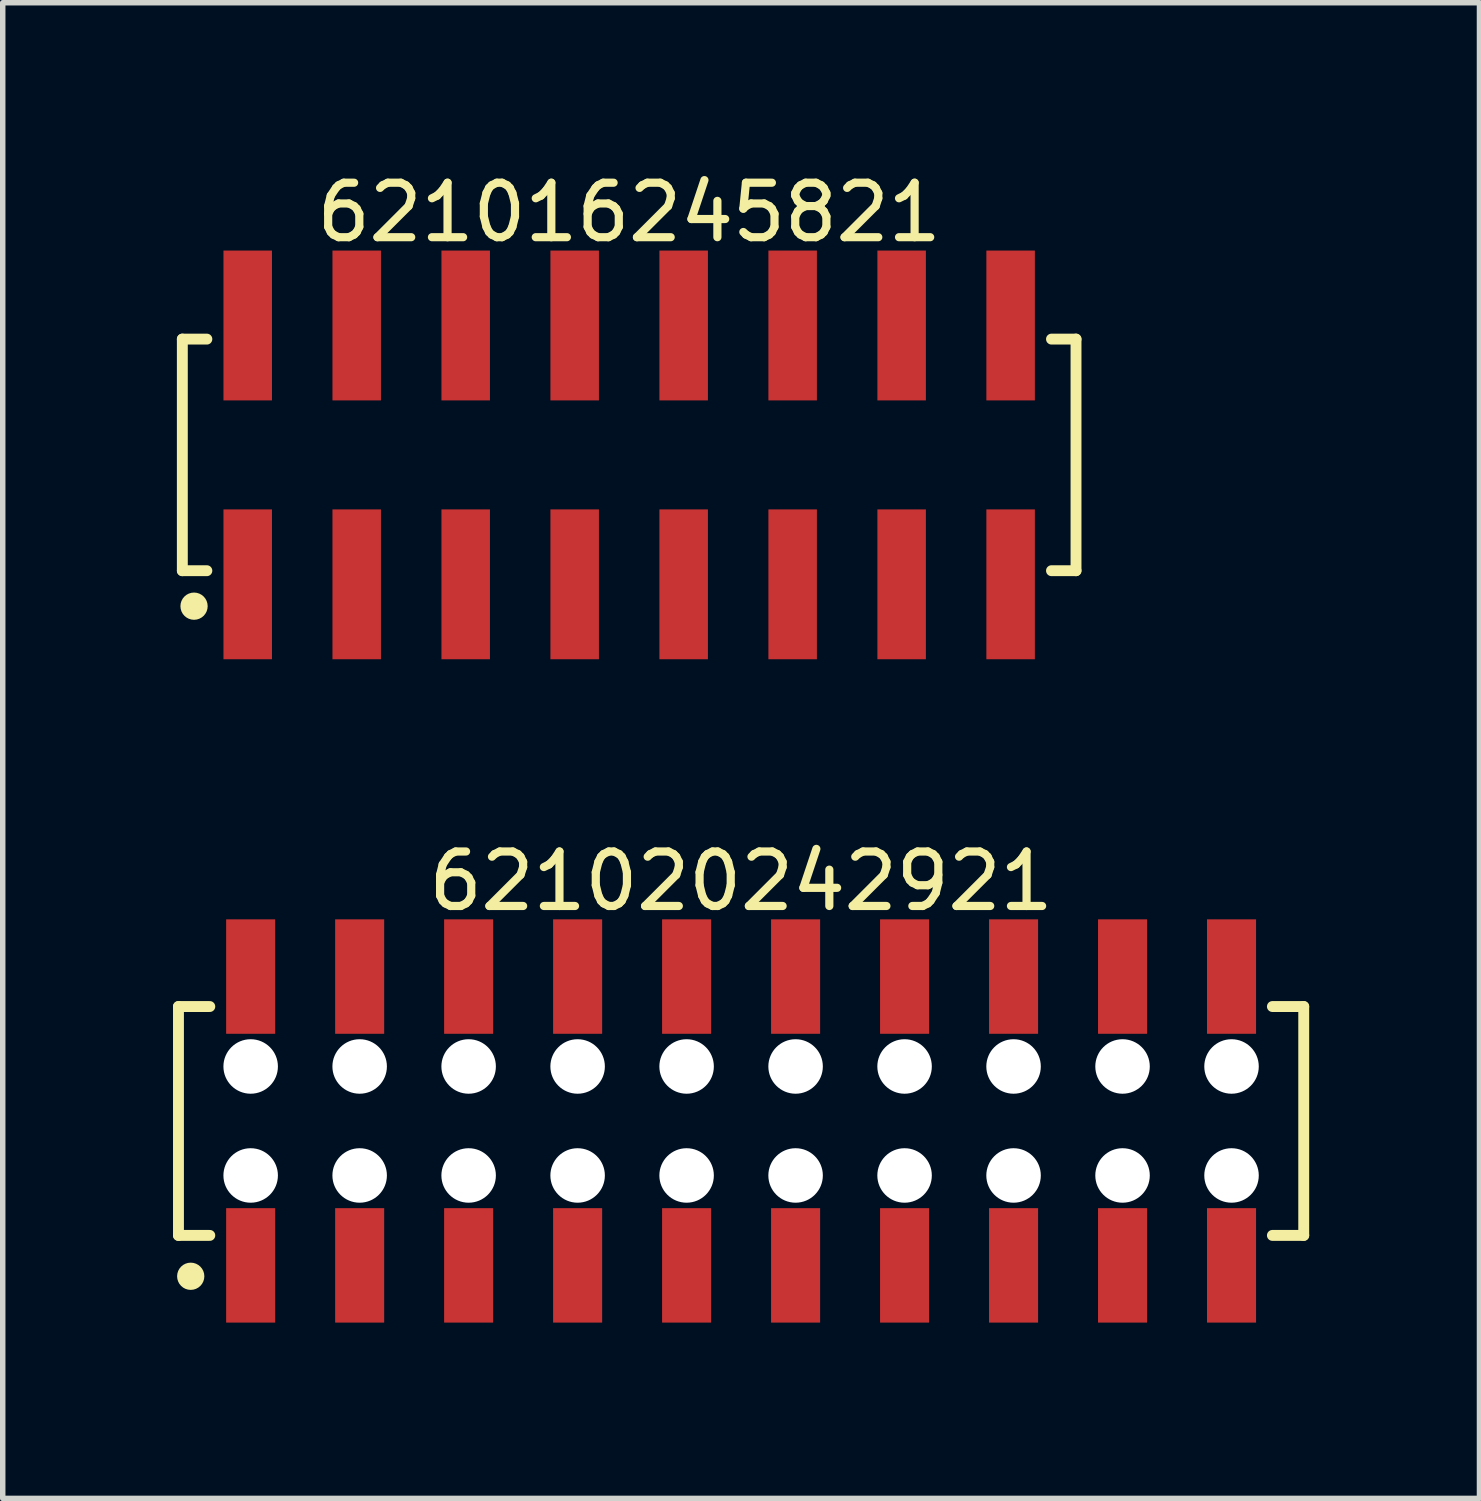
<source format=kicad_pcb>
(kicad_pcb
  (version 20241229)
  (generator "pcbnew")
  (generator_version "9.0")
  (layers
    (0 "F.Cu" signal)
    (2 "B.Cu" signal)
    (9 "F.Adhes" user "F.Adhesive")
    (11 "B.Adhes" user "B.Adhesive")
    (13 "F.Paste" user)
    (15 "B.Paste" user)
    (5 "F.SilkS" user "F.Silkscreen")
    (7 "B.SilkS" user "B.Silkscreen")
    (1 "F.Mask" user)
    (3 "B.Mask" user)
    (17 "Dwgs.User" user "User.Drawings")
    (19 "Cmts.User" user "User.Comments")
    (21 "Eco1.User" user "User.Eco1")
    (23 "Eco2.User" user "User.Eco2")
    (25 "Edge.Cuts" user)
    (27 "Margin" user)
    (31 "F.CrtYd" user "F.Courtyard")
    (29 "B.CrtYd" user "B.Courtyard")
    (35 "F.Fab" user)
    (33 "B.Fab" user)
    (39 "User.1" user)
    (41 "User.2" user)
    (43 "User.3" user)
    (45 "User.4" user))
  (footprint "621016245821"
    (layer "F.Cu")
    (at 8.496 5.298)
    (property "Reference" "621016245821" (at 0 -4.45 0) (layer "F.SilkS") (effects (font (size 1 1) (thickness 0.15))))
    (fp_line (start -8.2 -2.125) (end -7.75 -2.125) (stroke (width 0.2) (type solid)) (layer "F.SilkS"))
    (fp_line (start -8.2 2.125) (end -8.2 -2.125) (stroke (width 0.2) (type solid)) (layer "F.SilkS"))
    (fp_line (start -8.2 2.125) (end -7.75 2.125) (stroke (width 0.2) (type solid)) (layer "F.SilkS"))
    (fp_line (start 7.75 -2.125) (end 8.2 -2.125) (stroke (width 0.2) (type solid)) (layer "F.SilkS"))
    (fp_line (start 7.75 2.125) (end 8.2 2.125) (stroke (width 0.2) (type solid)) (layer "F.SilkS"))
    (fp_line (start 8.2 2.125) (end 8.2 -2.125) (stroke (width 0.2) (type solid)) (layer "F.SilkS"))
    (fp_circle (center -7.985 2.776) (end -7.985 2.651) (stroke (width 0.25) (type solid)) (fill no) (layer "F.SilkS"))
    (fp_line (start -8.4 -3.95) (end 8.4 -3.95) (stroke (width 0.05) (type solid)) (layer "Eco2.User"))
    (fp_line (start -8.4 3.95) (end -8.4 -3.95) (stroke (width 0.05) (type solid)) (layer "Eco2.User"))
    (fp_line (start -8.4 3.95) (end 8.4 3.95) (stroke (width 0.05) (type solid)) (layer "Eco2.User"))
    (fp_line (start -8 -2) (end 8 -2) (stroke (width 0.1) (type solid)) (layer "Eco2.User"))
    (fp_line (start -8 2) (end -8 -2) (stroke (width 0.1) (type solid)) (layer "Eco2.User"))
    (fp_line (start -8 2) (end 8 2) (stroke (width 0.1) (type solid)) (layer "Eco2.User"))
    (fp_line (start -7.25 -3.1) (end -6.75 -3.1) (stroke (width 0.1) (type solid)) (layer "Eco2.User"))
    (fp_line (start -7.25 -2) (end -7.25 -3.1) (stroke (width 0.1) (type solid)) (layer "Eco2.User"))
    (fp_line (start -7.25 3.1) (end -7.25 2) (stroke (width 0.1) (type solid)) (layer "Eco2.User"))
    (fp_line (start -7.25 3.1) (end -6.75 3.1) (stroke (width 0.1) (type solid)) (layer "Eco2.User"))
    (fp_line (start -6.75 -2) (end -6.75 -3.1) (stroke (width 0.1) (type solid)) (layer "Eco2.User"))
    (fp_line (start -6.75 3.1) (end -6.75 2) (stroke (width 0.1) (type solid)) (layer "Eco2.User"))
    (fp_line (start -5.25 -3.1) (end -4.75 -3.1) (stroke (width 0.1) (type solid)) (layer "Eco2.User"))
    (fp_line (start -5.25 -2) (end -5.25 -3.1) (stroke (width 0.1) (type solid)) (layer "Eco2.User"))
    (fp_line (start -5.25 3.1) (end -5.25 2) (stroke (width 0.1) (type solid)) (layer "Eco2.User"))
    (fp_line (start -5.25 3.1) (end -4.75 3.1) (stroke (width 0.1) (type solid)) (layer "Eco2.User"))
    (fp_line (start -4.75 -2) (end -4.75 -3.1) (stroke (width 0.1) (type solid)) (layer "Eco2.User"))
    (fp_line (start -4.75 3.1) (end -4.75 2) (stroke (width 0.1) (type solid)) (layer "Eco2.User"))
    (fp_line (start -3.25 -3.1) (end -2.75 -3.1) (stroke (width 0.1) (type solid)) (layer "Eco2.User"))
    (fp_line (start -3.25 -2) (end -3.25 -3.1) (stroke (width 0.1) (type solid)) (layer "Eco2.User"))
    (fp_line (start -3.25 3.1) (end -3.25 2) (stroke (width 0.1) (type solid)) (layer "Eco2.User"))
    (fp_line (start -3.25 3.1) (end -2.75 3.1) (stroke (width 0.1) (type solid)) (layer "Eco2.User"))
    (fp_line (start -2.75 -2) (end -2.75 -3.1) (stroke (width 0.1) (type solid)) (layer "Eco2.User"))
    (fp_line (start -2.75 3.1) (end -2.75 2) (stroke (width 0.1) (type solid)) (layer "Eco2.User"))
    (fp_line (start -1.25 -3.1) (end -0.75 -3.1) (stroke (width 0.1) (type solid)) (layer "Eco2.User"))
    (fp_line (start -1.25 -2) (end -1.25 -3.1) (stroke (width 0.1) (type solid)) (layer "Eco2.User"))
    (fp_line (start -1.25 3.1) (end -1.25 2) (stroke (width 0.1) (type solid)) (layer "Eco2.User"))
    (fp_line (start -1.25 3.1) (end -0.75 3.1) (stroke (width 0.1) (type solid)) (layer "Eco2.User"))
    (fp_line (start -0.75 -2) (end -0.75 -3.1) (stroke (width 0.1) (type solid)) (layer "Eco2.User"))
    (fp_line (start -0.75 3.1) (end -0.75 2) (stroke (width 0.1) (type solid)) (layer "Eco2.User"))
    (fp_line (start -0.5 0) (end 0.5 0) (stroke (width 0.05) (type solid)) (layer "Eco2.User"))
    (fp_line (start 0 0.5) (end 0 -0.5) (stroke (width 0.05) (type solid)) (layer "Eco2.User"))
    (fp_line (start 0.75 -3.1) (end 1.25 -3.1) (stroke (width 0.1) (type solid)) (layer "Eco2.User"))
    (fp_line (start 0.75 -2) (end 0.75 -3.1) (stroke (width 0.1) (type solid)) (layer "Eco2.User"))
    (fp_line (start 0.75 3.1) (end 0.75 2) (stroke (width 0.1) (type solid)) (layer "Eco2.User"))
    (fp_line (start 0.75 3.1) (end 1.25 3.1) (stroke (width 0.1) (type solid)) (layer "Eco2.User"))
    (fp_line (start 1.25 -2) (end 1.25 -3.1) (stroke (width 0.1) (type solid)) (layer "Eco2.User"))
    (fp_line (start 1.25 3.1) (end 1.25 2) (stroke (width 0.1) (type solid)) (layer "Eco2.User"))
    (fp_line (start 2.75 -3.1) (end 3.25 -3.1) (stroke (width 0.1) (type solid)) (layer "Eco2.User"))
    (fp_line (start 2.75 -2) (end 2.75 -3.1) (stroke (width 0.1) (type solid)) (layer "Eco2.User"))
    (fp_line (start 2.75 3.1) (end 2.75 2) (stroke (width 0.1) (type solid)) (layer "Eco2.User"))
    (fp_line (start 2.75 3.1) (end 3.25 3.1) (stroke (width 0.1) (type solid)) (layer "Eco2.User"))
    (fp_line (start 3.25 -2) (end 3.25 -3.1) (stroke (width 0.1) (type solid)) (layer "Eco2.User"))
    (fp_line (start 3.25 3.1) (end 3.25 2) (stroke (width 0.1) (type solid)) (layer "Eco2.User"))
    (fp_line (start 4.75 -3.1) (end 5.25 -3.1) (stroke (width 0.1) (type solid)) (layer "Eco2.User"))
    (fp_line (start 4.75 -2) (end 4.75 -3.1) (stroke (width 0.1) (type solid)) (layer "Eco2.User"))
    (fp_line (start 4.75 3.1) (end 4.75 2) (stroke (width 0.1) (type solid)) (layer "Eco2.User"))
    (fp_line (start 4.75 3.1) (end 5.25 3.1) (stroke (width 0.1) (type solid)) (layer "Eco2.User"))
    (fp_line (start 5.25 -2) (end 5.25 -3.1) (stroke (width 0.1) (type solid)) (layer "Eco2.User"))
    (fp_line (start 5.25 3.1) (end 5.25 2) (stroke (width 0.1) (type solid)) (layer "Eco2.User"))
    (fp_line (start 6.75 -3.1) (end 7.25 -3.1) (stroke (width 0.1) (type solid)) (layer "Eco2.User"))
    (fp_line (start 6.75 -2) (end 6.75 -3.1) (stroke (width 0.1) (type solid)) (layer "Eco2.User"))
    (fp_line (start 6.75 3.1) (end 6.75 2) (stroke (width 0.1) (type solid)) (layer "Eco2.User"))
    (fp_line (start 6.75 3.1) (end 7.25 3.1) (stroke (width 0.1) (type solid)) (layer "Eco2.User"))
    (fp_line (start 7.25 -2) (end 7.25 -3.1) (stroke (width 0.1) (type solid)) (layer "Eco2.User"))
    (fp_line (start 7.25 3.1) (end 7.25 2) (stroke (width 0.1) (type solid)) (layer "Eco2.User"))
    (fp_line (start 8 2) (end 8 -2) (stroke (width 0.1) (type solid)) (layer "Eco2.User"))
    (fp_line (start 8.4 3.95) (end 8.4 -3.95) (stroke (width 0.05) (type solid)) (layer "Eco2.User"))
    (fp_text user "${REFERENCE}" (at 0.15 -0.197 0) (unlocked yes) (layer "User.3") (effects (font (size 1.5 1.5) (thickness 0.15))))
    (pad "1" smd rect (at -7 2.375) (size 0.89 2.75) (layers "F.Cu" "F.Mask" "F.Paste"))
    (pad "2" smd rect (at -7 -2.375) (size 0.89 2.75) (layers "F.Cu" "F.Mask" "F.Paste"))
    (pad "3" smd rect (at -5 2.375) (size 0.89 2.75) (layers "F.Cu" "F.Mask" "F.Paste"))
    (pad "4" smd rect (at -5 -2.375) (size 0.89 2.75) (layers "F.Cu" "F.Mask" "F.Paste"))
    (pad "5" smd rect (at -3 2.375) (size 0.89 2.75) (layers "F.Cu" "F.Mask" "F.Paste"))
    (pad "6" smd rect (at -3 -2.375) (size 0.89 2.75) (layers "F.Cu" "F.Mask" "F.Paste"))
    (pad "7" smd rect (at -1 2.375) (size 0.89 2.75) (layers "F.Cu" "F.Mask" "F.Paste"))
    (pad "8" smd rect (at -1 -2.375) (size 0.89 2.75) (layers "F.Cu" "F.Mask" "F.Paste"))
    (pad "9" smd rect (at 1 2.375) (size 0.89 2.75) (layers "F.Cu" "F.Mask" "F.Paste"))
    (pad "10" smd rect (at 1 -2.375) (size 0.89 2.75) (layers "F.Cu" "F.Mask" "F.Paste"))
    (pad "11" smd rect (at 3 2.375) (size 0.89 2.75) (layers "F.Cu" "F.Mask" "F.Paste"))
    (pad "12" smd rect (at 3 -2.375) (size 0.89 2.75) (layers "F.Cu" "F.Mask" "F.Paste"))
    (pad "13" smd rect (at 5 2.375) (size 0.89 2.75) (layers "F.Cu" "F.Mask" "F.Paste"))
    (pad "14" smd rect (at 5 -2.375) (size 0.89 2.75) (layers "F.Cu" "F.Mask" "F.Paste"))
    (pad "15" smd rect (at 7 2.375) (size 0.89 2.75) (layers "F.Cu" "F.Mask" "F.Paste"))
    (pad "16" smd rect (at 7 -2.375) (size 0.89 2.75) (layers "F.Cu" "F.Mask" "F.Paste")))
  (footprint "621020242921"
    (layer "F.Cu")
    (at 10.55 17.521)
    (property "Reference" "621020242921" (at 0 -4.4 0) (layer "F.SilkS") (effects (font (size 1 1) (thickness 0.15))))
    (fp_line (start -10.325 -2.1) (end -9.75 -2.1) (stroke (width 0.2) (type solid)) (layer "F.SilkS"))
    (fp_line (start -10.325 2.1) (end -10.325 -2.1) (stroke (width 0.2) (type solid)) (layer "F.SilkS"))
    (fp_line (start -10.325 2.1) (end -9.75 2.1) (stroke (width 0.2) (type solid)) (layer "F.SilkS"))
    (fp_line (start 9.75 -2.1) (end 10.325 -2.1) (stroke (width 0.2) (type solid)) (layer "F.SilkS"))
    (fp_line (start 9.75 2.1) (end 10.325 2.1) (stroke (width 0.2) (type solid)) (layer "F.SilkS"))
    (fp_line (start 10.325 2.1) (end 10.325 -2.1) (stroke (width 0.2) (type solid)) (layer "F.SilkS"))
    (fp_circle (center -10.1 2.85) (end -10.1 2.725) (stroke (width 0.25) (type solid)) (fill no) (layer "F.SilkS"))
    (fp_line (start -10.525 -3.9) (end 10.525 -3.9) (stroke (width 0.05) (type solid)) (layer "Eco2.User"))
    (fp_line (start -10.525 3.9) (end -10.525 -3.9) (stroke (width 0.05) (type solid)) (layer "Eco2.User"))
    (fp_line (start -10.525 3.9) (end 10.525 3.9) (stroke (width 0.05) (type solid)) (layer "Eco2.User"))
    (fp_line (start -10.2 -2) (end 10.2 -2) (stroke (width 0.1) (type solid)) (layer "Eco2.User"))
    (fp_line (start -10.2 2) (end -10.2 -2) (stroke (width 0.1) (type solid)) (layer "Eco2.User"))
    (fp_line (start -10.2 2) (end 10.2 2) (stroke (width 0.1) (type solid)) (layer "Eco2.User"))
    (fp_line (start -9.25 -3.1) (end -8.75 -3.1) (stroke (width 0.1) (type solid)) (layer "Eco2.User"))
    (fp_line (start -9.25 -2) (end -9.25 -3.1) (stroke (width 0.1) (type solid)) (layer "Eco2.User"))
    (fp_line (start -9.25 3.1) (end -9.25 2) (stroke (width 0.1) (type solid)) (layer "Eco2.User"))
    (fp_line (start -9.25 3.1) (end -8.75 3.1) (stroke (width 0.1) (type solid)) (layer "Eco2.User"))
    (fp_line (start -8.75 -2) (end -8.75 -3.1) (stroke (width 0.1) (type solid)) (layer "Eco2.User"))
    (fp_line (start -8.75 3.1) (end -8.75 2) (stroke (width 0.1) (type solid)) (layer "Eco2.User"))
    (fp_line (start -7.25 -3.1) (end -6.75 -3.1) (stroke (width 0.1) (type solid)) (layer "Eco2.User"))
    (fp_line (start -7.25 -2) (end -7.25 -3.1) (stroke (width 0.1) (type solid)) (layer "Eco2.User"))
    (fp_line (start -7.25 3.1) (end -7.25 2) (stroke (width 0.1) (type solid)) (layer "Eco2.User"))
    (fp_line (start -7.25 3.1) (end -6.75 3.1) (stroke (width 0.1) (type solid)) (layer "Eco2.User"))
    (fp_line (start -6.75 -2) (end -6.75 -3.1) (stroke (width 0.1) (type solid)) (layer "Eco2.User"))
    (fp_line (start -6.75 3.1) (end -6.75 2) (stroke (width 0.1) (type solid)) (layer "Eco2.User"))
    (fp_line (start -5.25 -3.1) (end -4.75 -3.1) (stroke (width 0.1) (type solid)) (layer "Eco2.User"))
    (fp_line (start -5.25 -2) (end -5.25 -3.1) (stroke (width 0.1) (type solid)) (layer "Eco2.User"))
    (fp_line (start -5.25 3.1) (end -5.25 2) (stroke (width 0.1) (type solid)) (layer "Eco2.User"))
    (fp_line (start -5.25 3.1) (end -4.75 3.1) (stroke (width 0.1) (type solid)) (layer "Eco2.User"))
    (fp_line (start -4.75 -2) (end -4.75 -3.1) (stroke (width 0.1) (type solid)) (layer "Eco2.User"))
    (fp_line (start -4.75 3.1) (end -4.75 2) (stroke (width 0.1) (type solid)) (layer "Eco2.User"))
    (fp_line (start -3.25 -3.1) (end -2.75 -3.1) (stroke (width 0.1) (type solid)) (layer "Eco2.User"))
    (fp_line (start -3.25 -2) (end -3.25 -3.1) (stroke (width 0.1) (type solid)) (layer "Eco2.User"))
    (fp_line (start -3.25 3.1) (end -3.25 2) (stroke (width 0.1) (type solid)) (layer "Eco2.User"))
    (fp_line (start -3.25 3.1) (end -2.75 3.1) (stroke (width 0.1) (type solid)) (layer "Eco2.User"))
    (fp_line (start -2.75 -2) (end -2.75 -3.1) (stroke (width 0.1) (type solid)) (layer "Eco2.User"))
    (fp_line (start -2.75 3.1) (end -2.75 2) (stroke (width 0.1) (type solid)) (layer "Eco2.User"))
    (fp_line (start -1.25 -3.1) (end -0.75 -3.1) (stroke (width 0.1) (type solid)) (layer "Eco2.User"))
    (fp_line (start -1.25 -2) (end -1.25 -3.1) (stroke (width 0.1) (type solid)) (layer "Eco2.User"))
    (fp_line (start -1.25 3.1) (end -1.25 2) (stroke (width 0.1) (type solid)) (layer "Eco2.User"))
    (fp_line (start -1.25 3.1) (end -0.75 3.1) (stroke (width 0.1) (type solid)) (layer "Eco2.User"))
    (fp_line (start -0.75 -2) (end -0.75 -3.1) (stroke (width 0.1) (type solid)) (layer "Eco2.User"))
    (fp_line (start -0.75 3.1) (end -0.75 2) (stroke (width 0.1) (type solid)) (layer "Eco2.User"))
    (fp_line (start -0.5 0) (end 0.5 0) (stroke (width 0.05) (type solid)) (layer "Eco2.User"))
    (fp_line (start 0 0.5) (end 0 -0.5) (stroke (width 0.05) (type solid)) (layer "Eco2.User"))
    (fp_line (start 0.75 -3.1) (end 1.25 -3.1) (stroke (width 0.1) (type solid)) (layer "Eco2.User"))
    (fp_line (start 0.75 -2) (end 0.75 -3.1) (stroke (width 0.1) (type solid)) (layer "Eco2.User"))
    (fp_line (start 0.75 3.1) (end 0.75 2) (stroke (width 0.1) (type solid)) (layer "Eco2.User"))
    (fp_line (start 0.75 3.1) (end 1.25 3.1) (stroke (width 0.1) (type solid)) (layer "Eco2.User"))
    (fp_line (start 1.25 -2) (end 1.25 -3.1) (stroke (width 0.1) (type solid)) (layer "Eco2.User"))
    (fp_line (start 1.25 3.1) (end 1.25 2) (stroke (width 0.1) (type solid)) (layer "Eco2.User"))
    (fp_line (start 2.75 -3.1) (end 3.25 -3.1) (stroke (width 0.1) (type solid)) (layer "Eco2.User"))
    (fp_line (start 2.75 -2) (end 2.75 -3.1) (stroke (width 0.1) (type solid)) (layer "Eco2.User"))
    (fp_line (start 2.75 3.1) (end 2.75 2) (stroke (width 0.1) (type solid)) (layer "Eco2.User"))
    (fp_line (start 2.75 3.1) (end 3.25 3.1) (stroke (width 0.1) (type solid)) (layer "Eco2.User"))
    (fp_line (start 3.25 -2) (end 3.25 -3.1) (stroke (width 0.1) (type solid)) (layer "Eco2.User"))
    (fp_line (start 3.25 3.1) (end 3.25 2) (stroke (width 0.1) (type solid)) (layer "Eco2.User"))
    (fp_line (start 4.75 -3.1) (end 5.25 -3.1) (stroke (width 0.1) (type solid)) (layer "Eco2.User"))
    (fp_line (start 4.75 -2) (end 4.75 -3.1) (stroke (width 0.1) (type solid)) (layer "Eco2.User"))
    (fp_line (start 4.75 3.1) (end 4.75 2) (stroke (width 0.1) (type solid)) (layer "Eco2.User"))
    (fp_line (start 4.75 3.1) (end 5.25 3.1) (stroke (width 0.1) (type solid)) (layer "Eco2.User"))
    (fp_line (start 5.25 -2) (end 5.25 -3.1) (stroke (width 0.1) (type solid)) (layer "Eco2.User"))
    (fp_line (start 5.25 3.1) (end 5.25 2) (stroke (width 0.1) (type solid)) (layer "Eco2.User"))
    (fp_line (start 6.75 -3.1) (end 7.25 -3.1) (stroke (width 0.1) (type solid)) (layer "Eco2.User"))
    (fp_line (start 6.75 -2) (end 6.75 -3.1) (stroke (width 0.1) (type solid)) (layer "Eco2.User"))
    (fp_line (start 6.75 3.1) (end 6.75 2) (stroke (width 0.1) (type solid)) (layer "Eco2.User"))
    (fp_line (start 6.75 3.1) (end 7.25 3.1) (stroke (width 0.1) (type solid)) (layer "Eco2.User"))
    (fp_line (start 7.25 -2) (end 7.25 -3.1) (stroke (width 0.1) (type solid)) (layer "Eco2.User"))
    (fp_line (start 7.25 3.1) (end 7.25 2) (stroke (width 0.1) (type solid)) (layer "Eco2.User"))
    (fp_line (start 8.75 -3.1) (end 9.25 -3.1) (stroke (width 0.1) (type solid)) (layer "Eco2.User"))
    (fp_line (start 8.75 -2) (end 8.75 -3.1) (stroke (width 0.1) (type solid)) (layer "Eco2.User"))
    (fp_line (start 8.75 3.1) (end 8.75 2) (stroke (width 0.1) (type solid)) (layer "Eco2.User"))
    (fp_line (start 8.75 3.1) (end 9.25 3.1) (stroke (width 0.1) (type solid)) (layer "Eco2.User"))
    (fp_line (start 9.25 -2) (end 9.25 -3.1) (stroke (width 0.1) (type solid)) (layer "Eco2.User"))
    (fp_line (start 9.25 3.1) (end 9.25 2) (stroke (width 0.1) (type solid)) (layer "Eco2.User"))
    (fp_line (start 10.2 2) (end 10.2 -2) (stroke (width 0.1) (type solid)) (layer "Eco2.User"))
    (fp_line (start 10.525 3.9) (end 10.525 -3.9) (stroke (width 0.05) (type solid)) (layer "Eco2.User"))
    (fp_text user "${REFERENCE}" (at 0.15 -0.197 0) (unlocked yes) (layer "User.3") (effects (font (size 1.5 1.5) (thickness 0.15))))
    (pad "" np_thru_hole circle (at -9 -1) (size 1 1) (drill 1) (layers "*.Cu" "*.Mask"))
    (pad "" np_thru_hole circle (at -9 1) (size 1 1) (drill 1) (layers "*.Cu" "*.Mask"))
    (pad "" np_thru_hole circle (at -7 -1) (size 1 1) (drill 1) (layers "*.Cu" "*.Mask"))
    (pad "" np_thru_hole circle (at -7 1) (size 1 1) (drill 1) (layers "*.Cu" "*.Mask"))
    (pad "" np_thru_hole circle (at -5 -1) (size 1 1) (drill 1) (layers "*.Cu" "*.Mask"))
    (pad "" np_thru_hole circle (at -5 1) (size 1 1) (drill 1) (layers "*.Cu" "*.Mask"))
    (pad "" np_thru_hole circle (at -3 -1) (size 1 1) (drill 1) (layers "*.Cu" "*.Mask"))
    (pad "" np_thru_hole circle (at -3 1) (size 1 1) (drill 1) (layers "*.Cu" "*.Mask"))
    (pad "" np_thru_hole circle (at -1 -1) (size 1 1) (drill 1) (layers "*.Cu" "*.Mask"))
    (pad "" np_thru_hole circle (at -1 1) (size 1 1) (drill 1) (layers "*.Cu" "*.Mask"))
    (pad "" np_thru_hole circle (at 1 -1) (size 1 1) (drill 1) (layers "*.Cu" "*.Mask"))
    (pad "" np_thru_hole circle (at 1 1) (size 1 1) (drill 1) (layers "*.Cu" "*.Mask"))
    (pad "" np_thru_hole circle (at 3 -1) (size 1 1) (drill 1) (layers "*.Cu" "*.Mask"))
    (pad "" np_thru_hole circle (at 3 1) (size 1 1) (drill 1) (layers "*.Cu" "*.Mask"))
    (pad "" np_thru_hole circle (at 5 -1) (size 1 1) (drill 1) (layers "*.Cu" "*.Mask"))
    (pad "" np_thru_hole circle (at 5 1) (size 1 1) (drill 1) (layers "*.Cu" "*.Mask"))
    (pad "" np_thru_hole circle (at 7 -1) (size 1 1) (drill 1) (layers "*.Cu" "*.Mask"))
    (pad "" np_thru_hole circle (at 7 1) (size 1 1) (drill 1) (layers "*.Cu" "*.Mask"))
    (pad "" np_thru_hole circle (at 9 -1) (size 1 1) (drill 1) (layers "*.Cu" "*.Mask"))
    (pad "" np_thru_hole circle (at 9 1) (size 1 1) (drill 1) (layers "*.Cu" "*.Mask"))
    (pad "1" smd rect (at -9 2.65) (size 0.9 2.1) (layers "F.Cu" "F.Mask" "F.Paste"))
    (pad "2" smd rect (at -9 -2.65) (size 0.9 2.1) (layers "F.Cu" "F.Mask" "F.Paste"))
    (pad "3" smd rect (at -7 2.65) (size 0.9 2.1) (layers "F.Cu" "F.Mask" "F.Paste"))
    (pad "4" smd rect (at -7 -2.65) (size 0.9 2.1) (layers "F.Cu" "F.Mask" "F.Paste"))
    (pad "5" smd rect (at -5 2.65) (size 0.9 2.1) (layers "F.Cu" "F.Mask" "F.Paste"))
    (pad "6" smd rect (at -5 -2.65) (size 0.9 2.1) (layers "F.Cu" "F.Mask" "F.Paste"))
    (pad "7" smd rect (at -3 2.65) (size 0.9 2.1) (layers "F.Cu" "F.Mask" "F.Paste"))
    (pad "8" smd rect (at -3 -2.65) (size 0.9 2.1) (layers "F.Cu" "F.Mask" "F.Paste"))
    (pad "9" smd rect (at -1 2.65) (size 0.9 2.1) (layers "F.Cu" "F.Mask" "F.Paste"))
    (pad "10" smd rect (at -1 -2.65) (size 0.9 2.1) (layers "F.Cu" "F.Mask" "F.Paste"))
    (pad "11" smd rect (at 1 2.65) (size 0.9 2.1) (layers "F.Cu" "F.Mask" "F.Paste"))
    (pad "12" smd rect (at 1 -2.65) (size 0.9 2.1) (layers "F.Cu" "F.Mask" "F.Paste"))
    (pad "13" smd rect (at 3 2.65) (size 0.9 2.1) (layers "F.Cu" "F.Mask" "F.Paste"))
    (pad "14" smd rect (at 3 -2.65) (size 0.9 2.1) (layers "F.Cu" "F.Mask" "F.Paste"))
    (pad "15" smd rect (at 5 2.65) (size 0.9 2.1) (layers "F.Cu" "F.Mask" "F.Paste"))
    (pad "16" smd rect (at 5 -2.65) (size 0.9 2.1) (layers "F.Cu" "F.Mask" "F.Paste"))
    (pad "17" smd rect (at 7 2.65) (size 0.9 2.1) (layers "F.Cu" "F.Mask" "F.Paste"))
    (pad "18" smd rect (at 7 -2.65) (size 0.9 2.1) (layers "F.Cu" "F.Mask" "F.Paste"))
    (pad "19" smd rect (at 9 2.65) (size 0.9 2.1) (layers "F.Cu" "F.Mask" "F.Paste"))
    (pad "20" smd rect (at 9 -2.65) (size 0.9 2.1) (layers "F.Cu" "F.Mask" "F.Paste")))
  (gr_rect
    (start -3 -3)
    (end 24.1 24.447)
    (stroke (width 0.1) (type default))
    (fill no)
    (layer "Edge.Cuts")))
</source>
